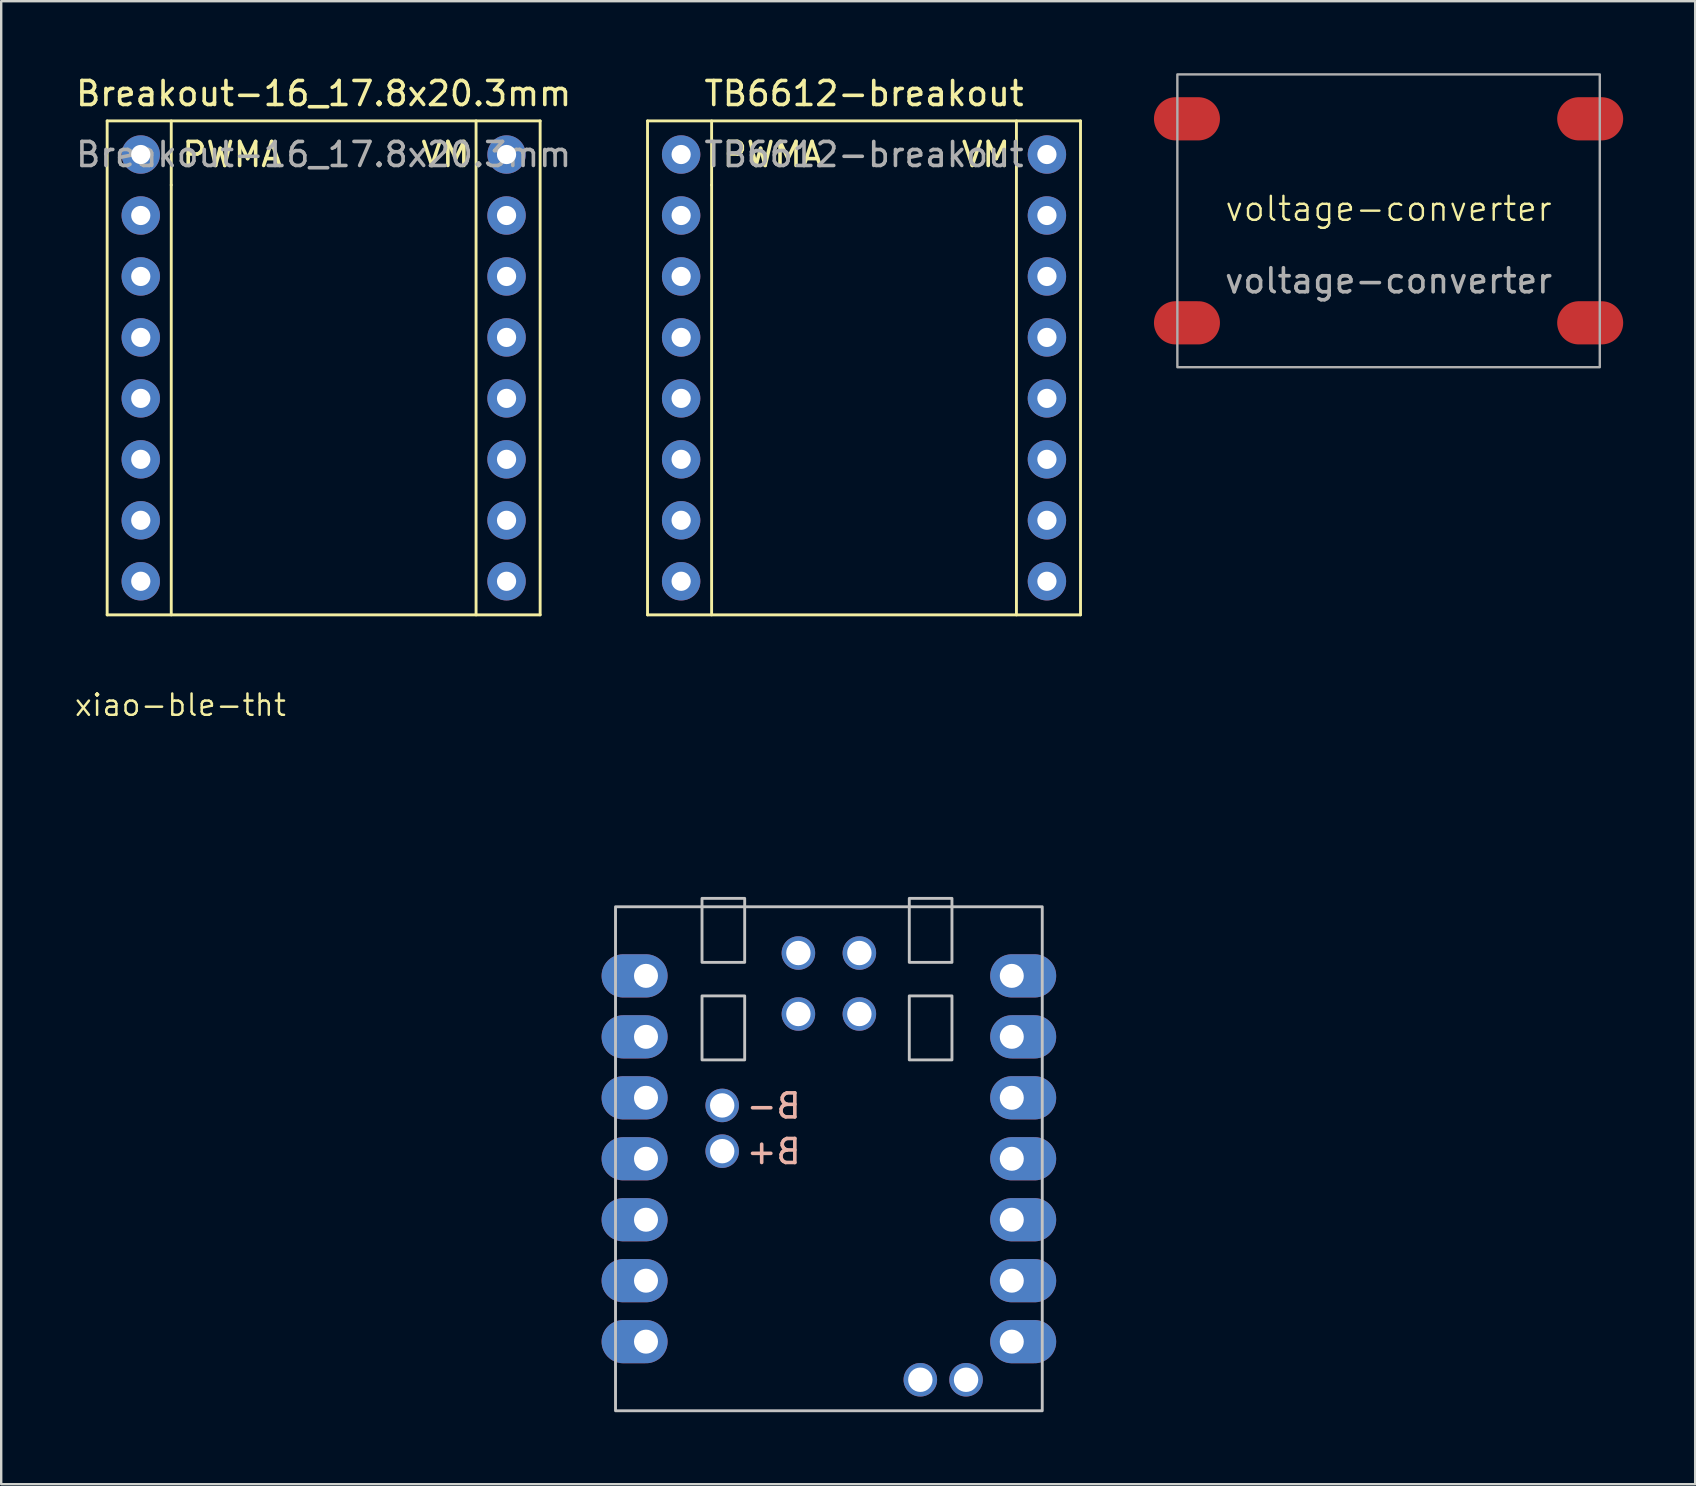
<source format=kicad_pcb>
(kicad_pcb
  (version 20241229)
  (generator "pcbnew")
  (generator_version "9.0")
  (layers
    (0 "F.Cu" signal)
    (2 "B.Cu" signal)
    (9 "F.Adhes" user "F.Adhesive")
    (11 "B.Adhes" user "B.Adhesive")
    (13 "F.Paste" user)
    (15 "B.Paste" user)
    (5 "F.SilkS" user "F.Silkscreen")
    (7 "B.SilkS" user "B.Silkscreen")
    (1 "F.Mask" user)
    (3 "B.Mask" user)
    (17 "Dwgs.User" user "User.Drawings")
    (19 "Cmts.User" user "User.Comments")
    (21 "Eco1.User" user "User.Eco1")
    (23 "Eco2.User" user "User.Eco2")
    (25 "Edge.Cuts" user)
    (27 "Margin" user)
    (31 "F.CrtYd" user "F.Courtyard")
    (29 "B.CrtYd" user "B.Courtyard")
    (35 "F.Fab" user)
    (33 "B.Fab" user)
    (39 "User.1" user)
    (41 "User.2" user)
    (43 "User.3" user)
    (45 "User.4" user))
  (footprint "voltage-converter"
    (layer "F.Cu")
    (at 54.804 6.15)
    (property "Reference" "voltage-converter" (at 0 -0.5 0) (unlocked yes) (layer "F.SilkS") (effects (font (size 1 1) (thickness 0.1))))
    (attr smd)
    (fp_rect (start -8.8 -6.1) (end 8.8 6.1) (stroke (width 0.1) (type default)) (fill no) (layer "F.Fab"))
    (fp_text user "${REFERENCE}" (at 0 2.5 0) (unlocked yes) (layer "F.Fab") (effects (font (size 1 1) (thickness 0.15))))
    (pad "1" smd oval (at 8.4 -4.25) (size 2.75 1.8) (layers "F.Cu" "F.Mask" "F.Paste"))
    (pad "2" smd oval (at 8.4 4.25) (size 2.75 1.8) (layers "F.Cu" "F.Mask" "F.Paste"))
    (pad "3" smd oval (at -8.4 -4.25) (size 2.75 1.8) (layers "F.Cu" "F.Mask" "F.Paste"))
    (pad "4" smd oval (at -8.4 4.25) (size 2.75 1.8) (layers "F.Cu" "F.Mask" "F.Paste")))
  (footprint "xiao-ble-tht"
    (layer "F.Cu")
    (at 23.865 37.609)
    (property "Reference" "xiao-ble-tht" (at -19.399 -11.283 0) (layer "F.SilkS") (effects (font (size 0.889 0.889) (thickness 0.102))))
    (attr smd exclude_from_pos_files)
    (fp_rect (start -1.27 18.12) (end 16.51 -2.88) (stroke (width 0.12) (type solid)) (fill no) (layer "Dwgs.User"))
    (fp_rect (start 2.334 0.834) (end 4.112 3.501) (stroke (width 0.12) (type solid)) (fill no) (layer "Dwgs.User"))
    (fp_rect (start 4.112 -0.563) (end 2.334 -3.23) (stroke (width 0.12) (type solid)) (fill no) (layer "Dwgs.User"))
    (fp_rect (start 10.97 -3.23) (end 12.748 -0.563) (stroke (width 0.12) (type solid)) (fill no) (layer "Dwgs.User"))
    (fp_rect (start 10.97 0.834) (end 12.748 3.501) (stroke (width 0.12) (type solid)) (fill no) (layer "Dwgs.User"))
    (fp_text user "B+" (at 5.32 7.32 0) (unlocked yes) (layer "B.SilkS") (effects (font (size 1 1) (thickness 0.15)) (justify mirror)))
    (fp_text user "B-" (at 5.32 5.42 0) (unlocked yes) (layer "B.SilkS") (effects (font (size 1 1) (thickness 0.15)) (justify mirror)))
    (pad "1" thru_hole oval (at 0 0) (size 2.75 1.8) (drill 1 (offset -0.475 0)) (layers "*.Cu" "*.Mask"))
    (pad "2" thru_hole oval (at 0 2.54) (size 2.75 1.8) (drill 1 (offset -0.475 0)) (layers "*.Cu" "*.Mask"))
    (pad "3" thru_hole oval (at 0 5.08) (size 2.75 1.8) (drill 1 (offset -0.475 0)) (layers "*.Cu" "*.Mask"))
    (pad "4" thru_hole oval (at 0 7.62) (size 2.75 1.8) (drill 1 (offset -0.475 0)) (layers "*.Cu" "*.Mask"))
    (pad "5" thru_hole oval (at 0 10.16) (size 2.75 1.8) (drill 1 (offset -0.475 0)) (layers "*.Cu" "*.Mask"))
    (pad "6" thru_hole oval (at 0 12.7) (size 2.75 1.8) (drill 1 (offset -0.475 0)) (layers "*.Cu" "*.Mask"))
    (pad "7" thru_hole oval (at 0 15.24) (size 2.75 1.8) (drill 1 (offset -0.475 0)) (layers "*.Cu" "*.Mask"))
    (pad "8" thru_hole oval (at 15.24 15.24 180) (size 2.75 1.8) (drill 1 (offset -0.475 0)) (layers "*.Cu" "*.Mask"))
    (pad "9" thru_hole oval (at 15.24 12.7 180) (size 2.75 1.8) (drill 1 (offset -0.475 0)) (layers "*.Cu" "*.Mask"))
    (pad "10" thru_hole oval (at 15.24 10.16 180) (size 2.75 1.8) (drill 1 (offset -0.475 0)) (layers "*.Cu" "*.Mask"))
    (pad "11" thru_hole oval (at 15.24 7.62 180) (size 2.75 1.8) (drill 1 (offset -0.475 0)) (layers "*.Cu" "*.Mask"))
    (pad "12" thru_hole oval (at 15.24 5.08 180) (size 2.75 1.8) (drill 1 (offset -0.475 0)) (layers "*.Cu" "*.Mask"))
    (pad "13" thru_hole oval (at 15.24 2.54 180) (size 2.75 1.8) (drill 1 (offset -0.475 0)) (layers "*.Cu" "*.Mask"))
    (pad "14" thru_hole oval (at 15.24 0 180) (size 2.75 1.8) (drill 1 (offset -0.475 0)) (layers "*.Cu" "*.Mask"))
    (pad "15" thru_hole circle (at 6.35 -0.952 90) (size 1.397 1.397) (drill 1.016) (layers "*.Cu" "*.Mask"))
    (pad "16" thru_hole circle (at 8.89 -0.952 90) (size 1.397 1.397) (drill 1.016) (layers "*.Cu" "*.Mask"))
    (pad "17" thru_hole circle (at 6.35 1.588 90) (size 1.397 1.397) (drill 1.016) (layers "*.Cu" "*.Mask"))
    (pad "18" thru_hole circle (at 8.89 1.588 90) (size 1.397 1.397) (drill 1.016) (layers "*.Cu" "*.Mask"))
    (pad "19" thru_hole circle (at 3.175 7.303 180) (size 1.397 1.397) (drill 1.016) (layers "*.Cu" "*.Mask"))
    (pad "20" thru_hole circle (at 3.175 5.398 180) (size 1.397 1.397) (drill 1.016) (layers "*.Cu" "*.Mask"))
    (pad "21" thru_hole circle (at 11.43 16.828 180) (size 1.397 1.397) (drill 1.016) (layers "*.Cu" "*.Mask"))
    (pad "22" thru_hole circle (at 13.335 16.828 180) (size 1.397 1.397) (drill 1.016) (layers "*.Cu" "*.Mask")))
  (footprint "Breakout-16_17.8x20.3mm"
    (layer "F.Cu")
    (at 2.815 3.388)
    (property "Reference" "Breakout-16_17.8x20.3mm" (at 7.62 -2.54 0) (layer "F.SilkS") (effects (font (size 1 1) (thickness 0.15))))
    (attr through_hole)
    (fp_line (start -1.4 -1.4) (end -1.4 19.18) (stroke (width 0.12) (type solid)) (layer "F.SilkS"))
    (fp_line (start -1.4 19.18) (end 16.64 19.18) (stroke (width 0.12) (type solid)) (layer "F.SilkS"))
    (fp_line (start 1.27 -1.4) (end 1.27 1.27) (stroke (width 0.12) (type solid)) (layer "F.SilkS"))
    (fp_line (start 1.27 1.27) (end 1.27 19.18) (stroke (width 0.12) (type solid)) (layer "F.SilkS"))
    (fp_line (start 13.97 -1.4) (end 13.97 19.18) (stroke (width 0.12) (type solid)) (layer "F.SilkS"))
    (fp_line (start 16.64 -1.4) (end -1.4 -1.4) (stroke (width 0.12) (type solid)) (layer "F.SilkS"))
    (fp_line (start 16.64 19.18) (end 16.64 -1.4) (stroke (width 0.12) (type solid)) (layer "F.SilkS"))
    (fp_text user "PWMA" (at 3.81 0 0) (unlocked yes) (layer "F.SilkS") (effects (font (size 1 1) (thickness 0.15))))
    (fp_text user "VM" (at 12.7 0 0) (unlocked yes) (layer "F.SilkS") (effects (font (size 1 1) (thickness 0.15))))
    (fp_text user "${REFERENCE}" (at 7.62 0 0) (layer "F.Fab") (effects (font (size 1 1) (thickness 0.15))))
    (pad "1" thru_hole circle (at 0 0) (size 1.6 1.6) (drill 0.8) (layers "*.Cu" "*.Mask"))
    (pad "2" thru_hole oval (at 0 2.54) (size 1.6 1.6) (drill 0.8) (layers "*.Cu" "*.Mask"))
    (pad "3" thru_hole oval (at 0 5.08) (size 1.6 1.6) (drill 0.8) (layers "*.Cu" "*.Mask"))
    (pad "4" thru_hole oval (at 0 7.62) (size 1.6 1.6) (drill 0.8) (layers "*.Cu" "*.Mask"))
    (pad "5" thru_hole oval (at 0 10.16) (size 1.6 1.6) (drill 0.8) (layers "*.Cu" "*.Mask"))
    (pad "6" thru_hole oval (at 0 12.7) (size 1.6 1.6) (drill 0.8) (layers "*.Cu" "*.Mask"))
    (pad "7" thru_hole oval (at 0 15.24) (size 1.6 1.6) (drill 0.8) (layers "*.Cu" "*.Mask"))
    (pad "8" thru_hole oval (at 0 17.78) (size 1.6 1.6) (drill 0.8) (layers "*.Cu" "*.Mask"))
    (pad "9" thru_hole oval (at 15.24 17.78) (size 1.6 1.6) (drill 0.8) (layers "*.Cu" "*.Mask"))
    (pad "10" thru_hole oval (at 15.24 15.24) (size 1.6 1.6) (drill 0.8) (layers "*.Cu" "*.Mask"))
    (pad "11" thru_hole oval (at 15.24 12.7) (size 1.6 1.6) (drill 0.8) (layers "*.Cu" "*.Mask"))
    (pad "12" thru_hole oval (at 15.24 10.16) (size 1.6 1.6) (drill 0.8) (layers "*.Cu" "*.Mask"))
    (pad "13" thru_hole oval (at 15.24 7.62) (size 1.6 1.6) (drill 0.8) (layers "*.Cu" "*.Mask"))
    (pad "14" thru_hole oval (at 15.24 5.08) (size 1.6 1.6) (drill 0.8) (layers "*.Cu" "*.Mask"))
    (pad "15" thru_hole oval (at 15.24 2.54) (size 1.6 1.6) (drill 0.8) (layers "*.Cu" "*.Mask"))
    (pad "16" thru_hole oval (at 15.24 0) (size 1.6 1.6) (drill 0.8) (layers "*.Cu" "*.Mask")))
  (footprint "TB6612-breakout"
    (layer "F.Cu")
    (at 25.329 3.388)
    (property "Reference" "TB6612-breakout" (at 7.62 -2.54 0) (layer "F.SilkS") (effects (font (size 1 1) (thickness 0.15))))
    (attr through_hole)
    (fp_line (start -1.4 -1.4) (end -1.4 19.18) (stroke (width 0.12) (type solid)) (layer "F.SilkS"))
    (fp_line (start -1.4 19.18) (end 16.64 19.18) (stroke (width 0.12) (type solid)) (layer "F.SilkS"))
    (fp_line (start 1.27 -1.4) (end 1.27 1.27) (stroke (width 0.12) (type solid)) (layer "F.SilkS"))
    (fp_line (start 1.27 1.27) (end 1.27 19.18) (stroke (width 0.12) (type solid)) (layer "F.SilkS"))
    (fp_line (start 13.97 -1.4) (end 13.97 19.18) (stroke (width 0.12) (type solid)) (layer "F.SilkS"))
    (fp_line (start 16.64 -1.4) (end -1.4 -1.4) (stroke (width 0.12) (type solid)) (layer "F.SilkS"))
    (fp_line (start 16.64 19.18) (end 16.64 -1.4) (stroke (width 0.12) (type solid)) (layer "F.SilkS"))
    (fp_text user "VM" (at 12.7 0 0) (unlocked yes) (layer "F.SilkS") (effects (font (size 1 1) (thickness 0.15))))
    (fp_text user "PWMA" (at 3.81 0 0) (unlocked yes) (layer "F.SilkS") (effects (font (size 1 1) (thickness 0.15))))
    (fp_text user "${REFERENCE}" (at 7.62 0 0) (layer "F.Fab") (effects (font (size 1 1) (thickness 0.15))))
    (pad "1" thru_hole circle (at 0 0) (size 1.6 1.6) (drill 0.8) (layers "*.Cu" "*.Mask"))
    (pad "2" thru_hole oval (at 0 2.54) (size 1.6 1.6) (drill 0.8) (layers "*.Cu" "*.Mask"))
    (pad "3" thru_hole oval (at 0 5.08) (size 1.6 1.6) (drill 0.8) (layers "*.Cu" "*.Mask"))
    (pad "4" thru_hole oval (at 0 7.62) (size 1.6 1.6) (drill 0.8) (layers "*.Cu" "*.Mask"))
    (pad "5" thru_hole oval (at 0 10.16) (size 1.6 1.6) (drill 0.8) (layers "*.Cu" "*.Mask"))
    (pad "6" thru_hole oval (at 0 12.7) (size 1.6 1.6) (drill 0.8) (layers "*.Cu" "*.Mask"))
    (pad "7" thru_hole oval (at 0 15.24) (size 1.6 1.6) (drill 0.8) (layers "*.Cu" "*.Mask"))
    (pad "8" thru_hole oval (at 0 17.78) (size 1.6 1.6) (drill 0.8) (layers "*.Cu" "*.Mask"))
    (pad "9" thru_hole oval (at 15.24 17.78) (size 1.6 1.6) (drill 0.8) (layers "*.Cu" "*.Mask"))
    (pad "10" thru_hole oval (at 15.24 15.24) (size 1.6 1.6) (drill 0.8) (layers "*.Cu" "*.Mask"))
    (pad "11" thru_hole oval (at 15.24 12.7) (size 1.6 1.6) (drill 0.8) (layers "*.Cu" "*.Mask"))
    (pad "12" thru_hole oval (at 15.24 10.16) (size 1.6 1.6) (drill 0.8) (layers "*.Cu" "*.Mask"))
    (pad "13" thru_hole oval (at 15.24 7.62) (size 1.6 1.6) (drill 0.8) (layers "*.Cu" "*.Mask"))
    (pad "14" thru_hole oval (at 15.24 5.08) (size 1.6 1.6) (drill 0.8) (layers "*.Cu" "*.Mask"))
    (pad "15" thru_hole oval (at 15.24 2.54) (size 1.6 1.6) (drill 0.8) (layers "*.Cu" "*.Mask"))
    (pad "16" thru_hole oval (at 15.24 0) (size 1.6 1.6) (drill 0.8) (layers "*.Cu" "*.Mask")))
  (gr_rect
    (start -3 -3)
    (end 67.579 58.789)
    (stroke (width 0.1) (type default))
    (fill no)
    (layer "Edge.Cuts")))
</source>
